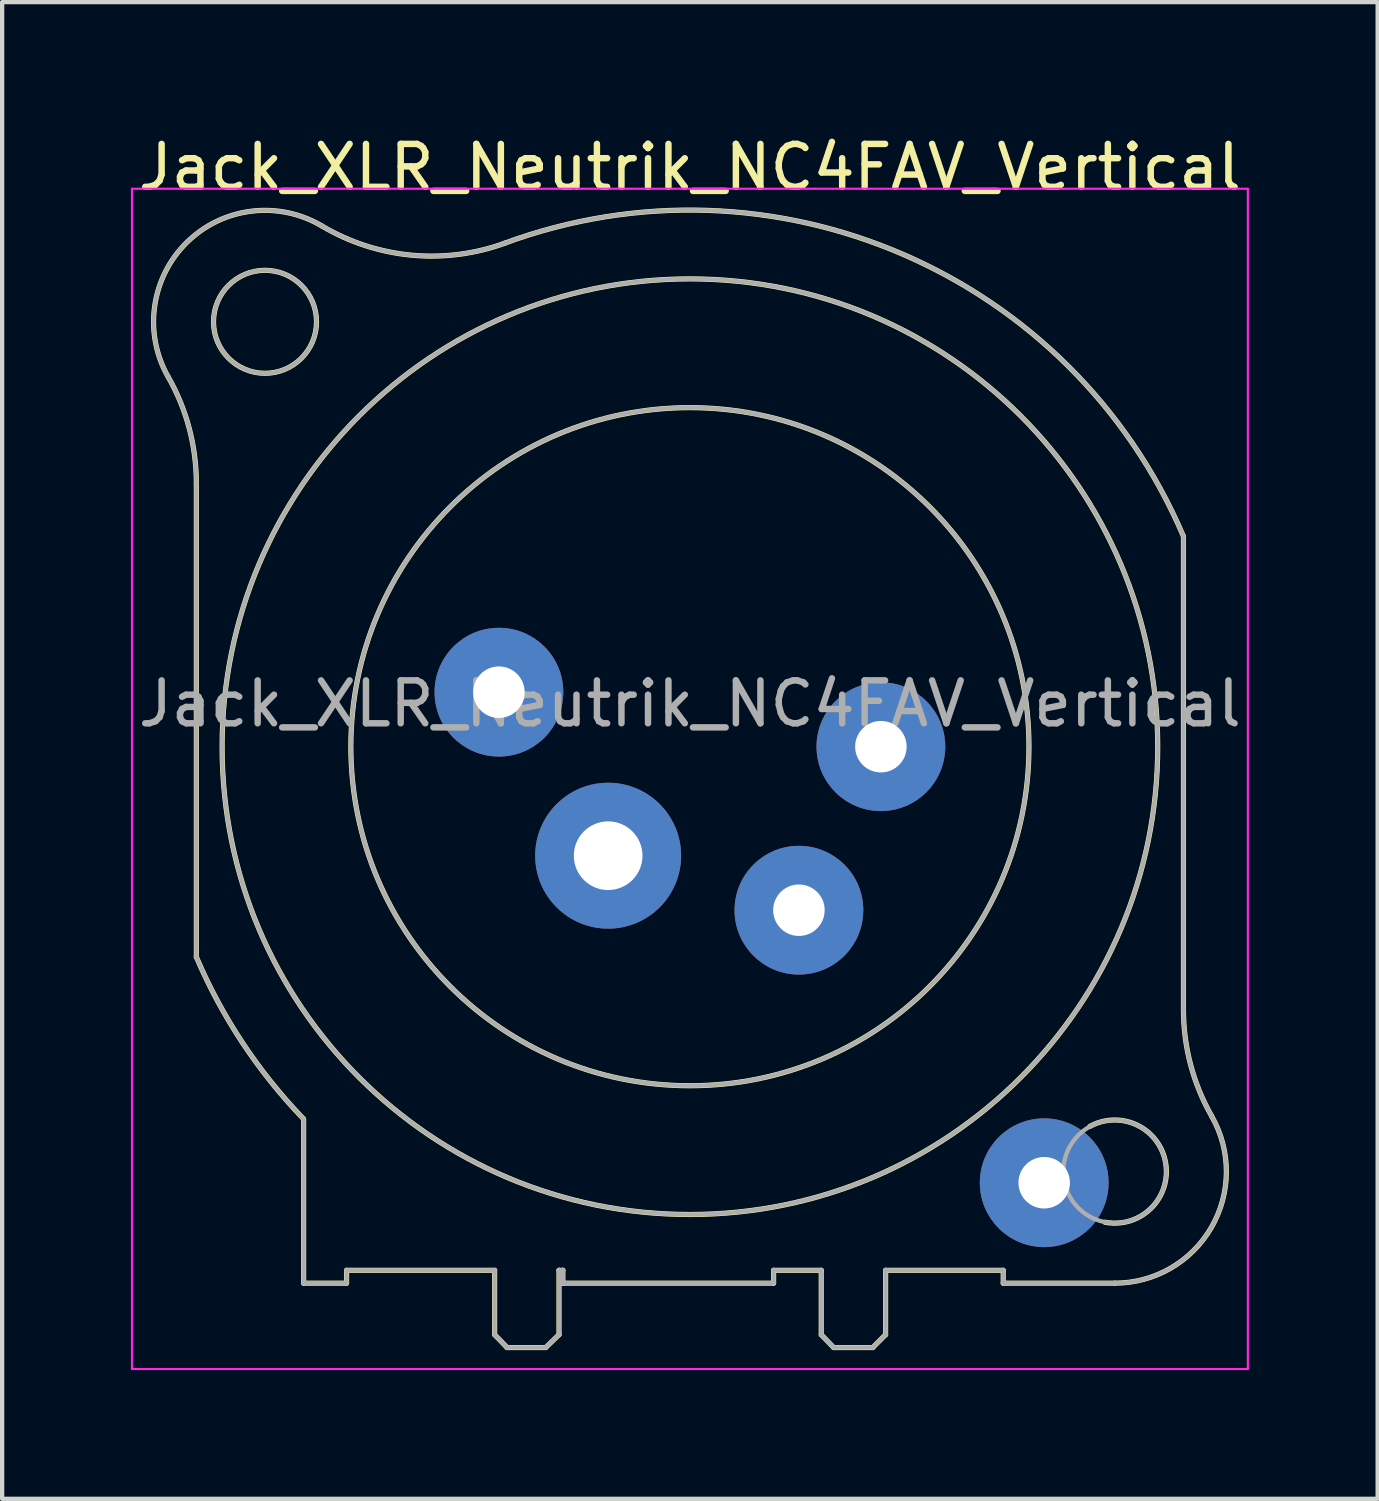
<source format=kicad_pcb>
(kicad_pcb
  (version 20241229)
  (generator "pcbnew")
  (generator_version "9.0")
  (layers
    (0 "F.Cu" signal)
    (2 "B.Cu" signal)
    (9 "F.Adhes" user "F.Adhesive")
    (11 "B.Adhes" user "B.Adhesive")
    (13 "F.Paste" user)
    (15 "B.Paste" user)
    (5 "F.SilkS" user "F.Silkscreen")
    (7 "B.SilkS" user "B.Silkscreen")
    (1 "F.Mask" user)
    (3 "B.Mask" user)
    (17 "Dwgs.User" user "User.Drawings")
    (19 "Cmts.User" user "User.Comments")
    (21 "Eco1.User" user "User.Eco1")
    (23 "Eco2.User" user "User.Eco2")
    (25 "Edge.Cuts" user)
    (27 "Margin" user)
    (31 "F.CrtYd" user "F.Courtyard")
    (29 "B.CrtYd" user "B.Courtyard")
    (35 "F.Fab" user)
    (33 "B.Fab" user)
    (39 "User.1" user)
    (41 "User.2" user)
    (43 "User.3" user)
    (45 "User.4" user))
  (footprint "Jack_XLR_Neutrik_NC4FAV_Vertical"
    (layer "F.Cu")
    (at 17.475 14.348)
    (property "Reference" "Jack_XLR_Neutrik_NC4FAV_Vertical" (at -4.45 -13.5 0) (layer "F.SilkS") (effects (font (size 1 1) (thickness 0.15))))
    (attr through_hole)
    (fp_line (start -15.95 -6.13) (end -15.95 4.9) (stroke (width 0.12) (type solid)) (layer "F.SilkS"))
    (fp_line (start -13.45 8.68) (end -13.45 12.5) (stroke (width 0.12) (type solid)) (layer "F.SilkS"))
    (fp_line (start -12.45 12.2) (end -12.45 12.5) (stroke (width 0.12) (type solid)) (layer "F.SilkS"))
    (fp_line (start -12.45 12.5) (end -13.45 12.5) (stroke (width 0.12) (type solid)) (layer "F.SilkS"))
    (fp_line (start -9 12.2) (end -12.45 12.2) (stroke (width 0.12) (type solid)) (layer "F.SilkS"))
    (fp_line (start -9 12.2) (end -9 13.7) (stroke (width 0.12) (type solid)) (layer "F.SilkS"))
    (fp_line (start -9 13.7) (end -8.71 14) (stroke (width 0.12) (type solid)) (layer "F.SilkS"))
    (fp_line (start -8.71 14) (end -7.81 14) (stroke (width 0.12) (type solid)) (layer "F.SilkS"))
    (fp_line (start -7.5 12.2) (end -7.5 13.7) (stroke (width 0.12) (type solid)) (layer "F.SilkS"))
    (fp_line (start -7.5 13.7) (end -7.81 14) (stroke (width 0.12) (type solid)) (layer "F.SilkS"))
    (fp_line (start -7.41 12.2) (end -7.5 12.2) (stroke (width 0.12) (type solid)) (layer "F.SilkS"))
    (fp_line (start -7.41 12.2) (end -7.41 12.5) (stroke (width 0.12) (type solid)) (layer "F.SilkS"))
    (fp_line (start -2.5 12.2) (end -2.5 12.5) (stroke (width 0.12) (type solid)) (layer "F.SilkS"))
    (fp_line (start -2.5 12.2) (end -1.39 12.2) (stroke (width 0.12) (type solid)) (layer "F.SilkS"))
    (fp_line (start -2.5 12.5) (end -7.41 12.5) (stroke (width 0.12) (type solid)) (layer "F.SilkS"))
    (fp_line (start -1.39 12.2) (end -1.39 13.7) (stroke (width 0.12) (type solid)) (layer "F.SilkS"))
    (fp_line (start -1.39 13.7) (end -1.1 14) (stroke (width 0.12) (type solid)) (layer "F.SilkS"))
    (fp_line (start -1.1 14) (end -0.19 14) (stroke (width 0.12) (type solid)) (layer "F.SilkS"))
    (fp_line (start 0.11 12.2) (end 0.11 13.7) (stroke (width 0.12) (type solid)) (layer "F.SilkS"))
    (fp_line (start 0.11 12.2) (end 2.85 12.2) (stroke (width 0.12) (type solid)) (layer "F.SilkS"))
    (fp_line (start 0.11 13.7) (end -0.19 14) (stroke (width 0.12) (type solid)) (layer "F.SilkS"))
    (fp_line (start 2.85 12.2) (end 2.85 12.5) (stroke (width 0.12) (type solid)) (layer "F.SilkS"))
    (fp_line (start 5.45 12.5) (end 2.85 12.5) (stroke (width 0.12) (type solid)) (layer "F.SilkS"))
    (fp_line (start 7.05 6.13) (end 7.05 -4.9) (stroke (width 0.12) (type solid)) (layer "F.SilkS"))
    (fp_arc (start -16.605678 -8.61403) (mid -16.167892 -11.753934) (end -13.02 -12.13) (stroke (width 0.12) (type solid)) (layer "F.SilkS"))
    (fp_arc (start -16.601888 -8.608607) (mid -16.114437 -7.411781) (end -15.95 -6.13) (stroke (width 0.12) (type solid)) (layer "F.SilkS"))
    (fp_arc (start -13.460471 8.664376) (mid -14.876528 6.89547) (end -15.95 4.9) (stroke (width 0.12) (type solid)) (layer "F.SilkS"))
    (fp_arc (start -8.782378 -11.725634) (mid 0.49884 -11.479067) (end 7.05 -4.9) (stroke (width 0.12) (type solid)) (layer "F.SilkS"))
    (fp_arc (start -8.765808 -11.730188) (mid -10.937772 -11.452682) (end -13.02 -12.13) (stroke (width 0.12) (type solid)) (layer "F.SilkS"))
    (fp_arc (start 4.867701 8.848226) (mid 6.637502 9.712546) (end 5.22 11.08) (stroke (width 0.12) (type solid)) (layer "F.SilkS"))
    (fp_arc (start 7.706842 8.607293) (mid 7.216999 7.411447) (end 7.05 6.13) (stroke (width 0.12) (type solid)) (layer "F.SilkS"))
    (fp_arc (start 7.708442 8.611807) (mid 7.698255 11.20589) (end 5.45 12.5) (stroke (width 0.12) (type solid)) (layer "F.SilkS"))
    (fp_circle (center -14.35 -9.9) (end -13.15 -9.9) (stroke (width 0.12) (type solid)) (fill no) (layer "F.SilkS"))
    (fp_circle (center -4.45 0) (end 3.45 0) (stroke (width 0.12) (type solid)) (fill no) (layer "F.SilkS"))
    (fp_circle (center -4.45 0) (end 6.45 0) (stroke (width 0.12) (type solid)) (fill no) (layer "F.SilkS"))
    (fp_line (start -17.45 -13) (end 8.55 -13) (stroke (width 0.05) (type solid)) (layer "F.CrtYd"))
    (fp_line (start -17.45 14.5) (end -17.45 -13) (stroke (width 0.05) (type solid)) (layer "F.CrtYd"))
    (fp_line (start 8.55 -13) (end 8.55 14.5) (stroke (width 0.05) (type solid)) (layer "F.CrtYd"))
    (fp_line (start 8.55 14.5) (end -17.45 14.5) (stroke (width 0.05) (type solid)) (layer "F.CrtYd"))
    (fp_line (start -15.95 -6.13) (end -15.95 4.9) (stroke (width 0.1) (type solid)) (layer "F.Fab"))
    (fp_line (start -13.45 8.68) (end -13.45 12.5) (stroke (width 0.1) (type solid)) (layer "F.Fab"))
    (fp_line (start -12.45 12.2) (end -12.45 12.5) (stroke (width 0.1) (type solid)) (layer "F.Fab"))
    (fp_line (start -12.45 12.5) (end -13.45 12.5) (stroke (width 0.1) (type solid)) (layer "F.Fab"))
    (fp_line (start -9 12.2) (end -12.45 12.2) (stroke (width 0.1) (type solid)) (layer "F.Fab"))
    (fp_line (start -9 12.2) (end -9 13.7) (stroke (width 0.1) (type solid)) (layer "F.Fab"))
    (fp_line (start -9 13.7) (end -8.71 14) (stroke (width 0.1) (type solid)) (layer "F.Fab"))
    (fp_line (start -8.71 14) (end -7.81 14) (stroke (width 0.1) (type solid)) (layer "F.Fab"))
    (fp_line (start -7.5 12.2) (end -7.5 13.7) (stroke (width 0.1) (type solid)) (layer "F.Fab"))
    (fp_line (start -7.5 13.7) (end -7.81 14) (stroke (width 0.1) (type solid)) (layer "F.Fab"))
    (fp_line (start -7.41 12.2) (end -7.5 12.2) (stroke (width 0.1) (type solid)) (layer "F.Fab"))
    (fp_line (start -7.41 12.2) (end -7.41 12.5) (stroke (width 0.1) (type solid)) (layer "F.Fab"))
    (fp_line (start -2.5 12.2) (end -2.5 12.5) (stroke (width 0.1) (type solid)) (layer "F.Fab"))
    (fp_line (start -2.5 12.2) (end -1.39 12.2) (stroke (width 0.1) (type solid)) (layer "F.Fab"))
    (fp_line (start -2.5 12.5) (end -7.41 12.5) (stroke (width 0.1) (type solid)) (layer "F.Fab"))
    (fp_line (start -1.39 12.2) (end -1.39 13.7) (stroke (width 0.1) (type solid)) (layer "F.Fab"))
    (fp_line (start -1.39 13.7) (end -1.1 14) (stroke (width 0.1) (type solid)) (layer "F.Fab"))
    (fp_line (start -1.1 14) (end -0.19 14) (stroke (width 0.1) (type solid)) (layer "F.Fab"))
    (fp_line (start 0.11 12.2) (end 0.11 13.7) (stroke (width 0.1) (type solid)) (layer "F.Fab"))
    (fp_line (start 0.11 12.2) (end 2.85 12.2) (stroke (width 0.1) (type solid)) (layer "F.Fab"))
    (fp_line (start 0.11 13.7) (end -0.19 14) (stroke (width 0.1) (type solid)) (layer "F.Fab"))
    (fp_line (start 2.85 12.2) (end 2.85 12.5) (stroke (width 0.1) (type solid)) (layer "F.Fab"))
    (fp_line (start 5.45 12.5) (end 2.85 12.5) (stroke (width 0.1) (type solid)) (layer "F.Fab"))
    (fp_line (start 7.05 6.13) (end 7.05 -4.9) (stroke (width 0.1) (type solid)) (layer "F.Fab"))
    (fp_arc (start -16.605678 -8.61403) (mid -16.167892 -11.753934) (end -13.02 -12.13) (stroke (width 0.1) (type solid)) (layer "F.Fab"))
    (fp_arc (start -16.601888 -8.608607) (mid -16.114437 -7.411781) (end -15.95 -6.13) (stroke (width 0.1) (type solid)) (layer "F.Fab"))
    (fp_arc (start -13.460471 8.664376) (mid -14.876528 6.89547) (end -15.95 4.9) (stroke (width 0.1) (type solid)) (layer "F.Fab"))
    (fp_arc (start -8.782378 -11.725634) (mid 0.49884 -11.479067) (end 7.05 -4.9) (stroke (width 0.1) (type solid)) (layer "F.Fab"))
    (fp_arc (start -8.765808 -11.730188) (mid -10.937772 -11.452682) (end -13.02 -12.13) (stroke (width 0.1) (type solid)) (layer "F.Fab"))
    (fp_arc (start 7.706842 8.607293) (mid 7.216999 7.411447) (end 7.05 6.13) (stroke (width 0.1) (type solid)) (layer "F.Fab"))
    (fp_arc (start 7.708442 8.611807) (mid 7.698255 11.20589) (end 5.45 12.5) (stroke (width 0.1) (type solid)) (layer "F.Fab"))
    (fp_circle (center -14.35 -9.9) (end -13.15 -9.9) (stroke (width 0.1) (type solid)) (fill no) (layer "F.Fab"))
    (fp_circle (center -4.45 0) (end 3.45 0) (stroke (width 0.1) (type solid)) (fill no) (layer "F.Fab"))
    (fp_circle (center -4.45 0) (end 6.45 0) (stroke (width 0.1) (type solid)) (fill no) (layer "F.Fab"))
    (fp_circle (center 5.45 9.9) (end 6.65 9.9) (stroke (width 0.1) (type solid)) (fill no) (layer "F.Fab"))
    (fp_text user "${REFERENCE}" (at -4.45 -1 0) (layer "F.Fab") (effects (font (size 1 1) (thickness 0.15))))
    (pad "1" thru_hole circle (at 0 0) (size 3 3) (drill 1.2) (layers "*.Cu" "*.Mask"))
    (pad "2" thru_hole circle (at -1.91 3.81) (size 3 3) (drill 1.2) (layers "*.Cu" "*.Mask"))
    (pad "3" thru_hole circle (at -6.355 2.54) (size 3.4 3.4) (drill 1.6) (layers "*.Cu" "*.Mask"))
    (pad "4" thru_hole circle (at -8.9 -1.27) (size 3 3) (drill 1.2) (layers "*.Cu" "*.Mask"))
    (pad "G" thru_hole circle (at 3.805 10.16) (size 3 3) (drill 1.2) (layers "*.Cu" "*.Mask")))
  (gr_rect
    (start -3 -3)
    (end 29.05 31.873)
    (stroke (width 0.1) (type default))
    (fill no)
    (layer "Edge.Cuts")))
</source>
